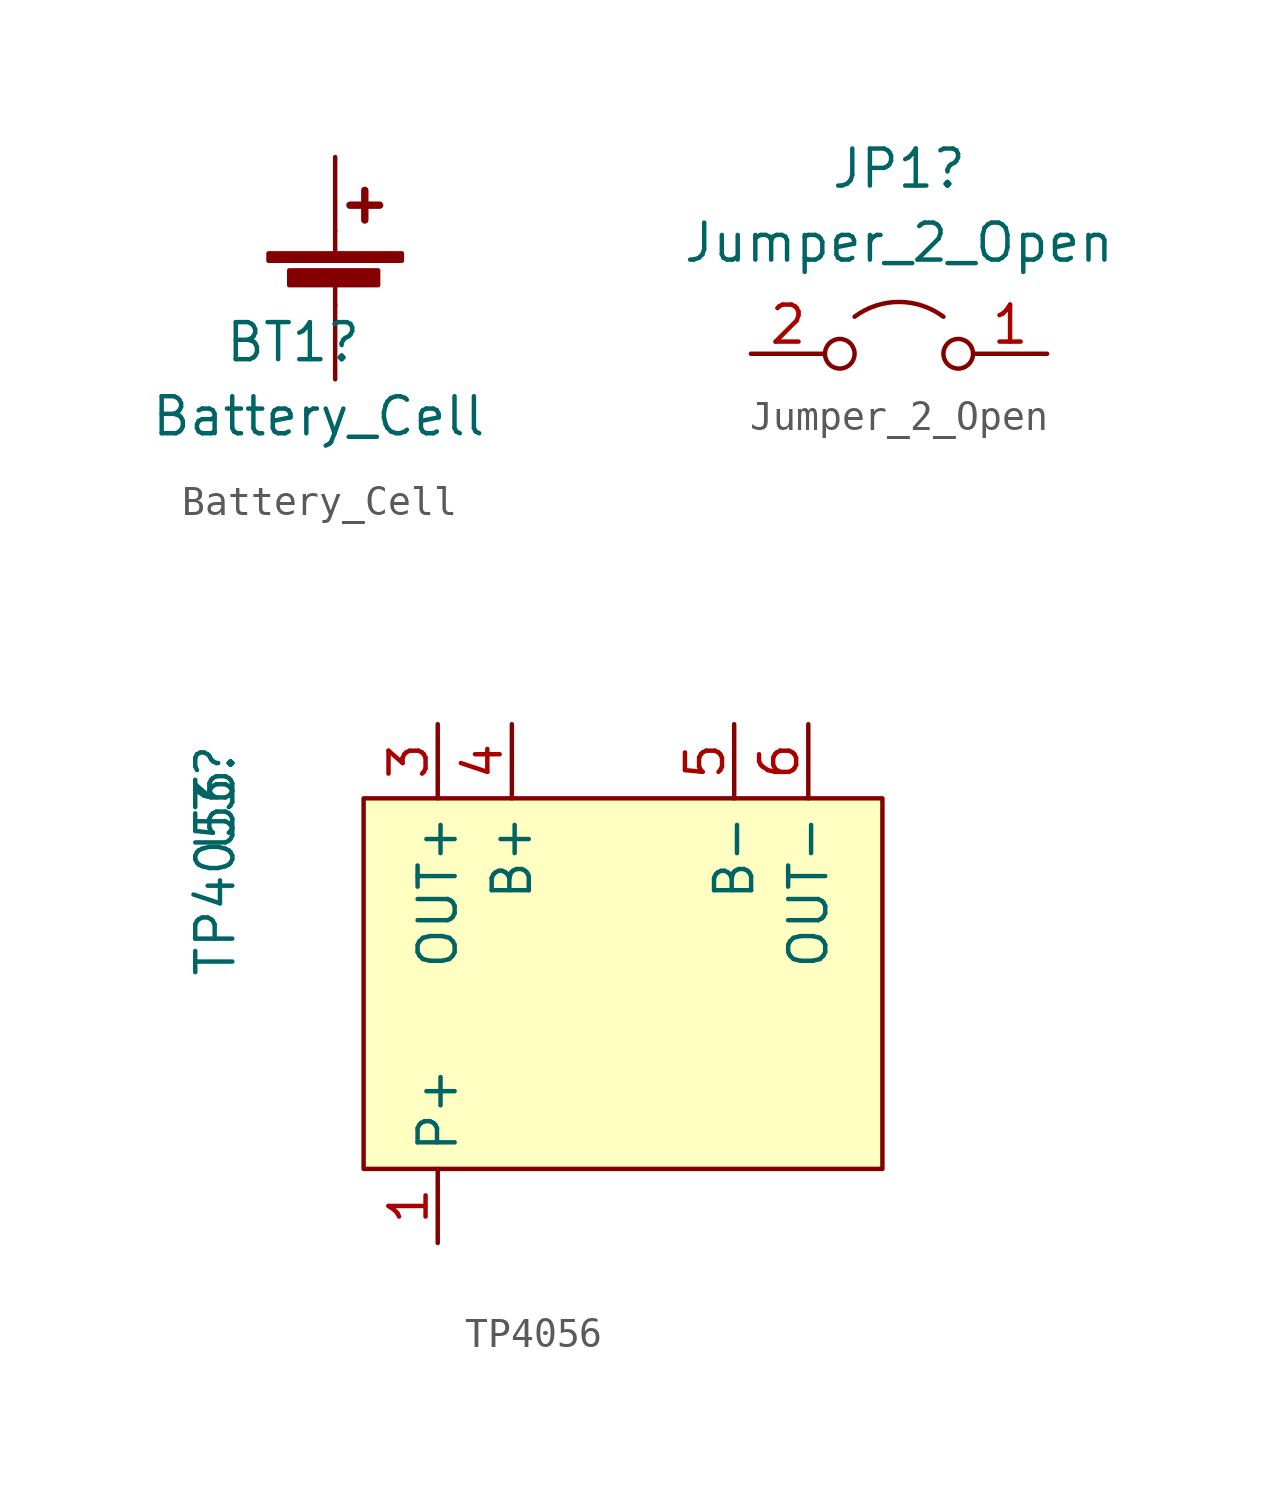
<source format=kicad_sym>
(kicad_symbol_lib
  (version 20220914)
  (generator kicad_symbol_editor)
  (symbol "Battery_Cell"
    (pin_numbers hide)
    (pin_names
      (offset 0) hide)
    (property "Reference" "BT1"
      (at -3.81 -1.27 0)
      (effects (font (size 1.27 1.27)) (justify left)))
    (property "Value" "Battery_Cell"
      (at -6.35 -3.81 0)
      (effects (font (size 1.27 1.27)) (justify left)))
    (symbol "Battery_Cell_0_1"
      (rectangle (start -2.286 1.778) (end 2.286 1.524) (stroke (width 0) (type default)) (fill (type outline)))
      (rectangle (start -1.575 1.194) (end 1.473 0.686) (stroke (width 0) (type default)) (fill (type outline)))
      (polyline (pts (xy 0 0.762) (xy 0 0)) (stroke (width 0) (type default)) (fill (type none)))
      (polyline (pts (xy 0 1.778) (xy 0 2.54)) (stroke (width 0) (type default)) (fill (type none)))
      (polyline (pts (xy 0.508 3.429) (xy 1.524 3.429)) (stroke (width 0.254) (type default)) (fill (type none)))
      (polyline (pts (xy 1.016 3.937) (xy 1.016 2.921)) (stroke (width 0.254) (type default)) (fill (type none))))
    (symbol "Battery_Cell_1_1"
      (pin passive line (at 0 5.08 270) (length 2.54) (name "+" (effects (font (size 1.27 1.27)))) (number "1" (effects (font (size 1.27 1.27)))))
      (pin passive line (at 0 -2.54 90) (length 2.54) (name "-" (effects (font (size 1.27 1.27)))) (number "2" (effects (font (size 1.27 1.27)))))))
  (symbol "Jumper_2_Open"
    (pin_names
      (offset 0) hide)
    (property "Reference" "JP1"
      (at 0 6.35 0)
      (effects (font (size 1.27 1.27))))
    (property "Value" "Jumper_2_Open"
      (at 0 3.81 0)
      (effects (font (size 1.27 1.27))))
    (symbol "Jumper_2_Open_0_0"
      (circle (center -2.032 0) (radius 0.508) (stroke (width 0) (type default)) (fill (type none)))
      (circle (center 2.032 0) (radius 0.508) (stroke (width 0) (type default)) (fill (type none))))
    (symbol "Jumper_2_Open_0_1"
      (arc (start 1.524 1.27) (mid 0 1.778) (end -1.524 1.27) (stroke (width 0) (type default)) (fill (type none))))
    (symbol "Jumper_2_Open_1_1"
      (pin passive line (at 5.08 0 180) (length 2.54) (name "A" (effects (font (size 1.27 1.27)))) (number "1" (effects (font (size 1.27 1.27)))))
      (pin passive line (at -5.08 0 0) (length 2.54) (name "B" (effects (font (size 1.27 1.27)))) (number "2" (effects (font (size 1.27 1.27)))))))
  (symbol "TP4056"
    (property "Reference" "U3"
      (at -13.97 2.54 90)
      (effects (font (size 1.27 1.27))))
    (property "Value" "TP4056"
      (at -13.97 0 90)
      (effects (font (size 1.27 1.27))))
    (symbol "TP4056_0_1"
      (rectangle (start -8.89 2.54) (end 8.89 -10.16) (stroke (width 0) (type default)) (fill (type background))))
    (symbol "TP4056_1_1"
      (pin power_in line (at -6.35 -12.7 90) (length 2.54) (name "P+" (effects (font (size 1.27 1.27)))) (number "1" (effects (font (size 1.27 1.27)))))
      (pin no_connect line (at 6.35 -10.16 90) (length 2.54) hide (name "P-" (effects (font (size 1.27 1.27)))) (number "2" (effects (font (size 1.27 1.27)))))
      (pin power_out line (at -6.35 5.08 270) (length 2.54) (name "OUT+" (effects (font (size 1.27 1.27)))) (number "3" (effects (font (size 1.27 1.27)))))
      (pin power_out line (at -3.81 5.08 270) (length 2.54) (name "B+" (effects (font (size 1.27 1.27)))) (number "4" (effects (font (size 1.27 1.27)))))
      (pin power_out line (at 3.81 5.08 270) (length 2.54) (name "B-" (effects (font (size 1.27 1.27)))) (number "5" (effects (font (size 1.27 1.27)))))
      (pin power_out line (at 6.35 5.08 270) (length 2.54) (name "OUT-" (effects (font (size 1.27 1.27)))) (number "6" (effects (font (size 1.27 1.27))))))))
</source>
